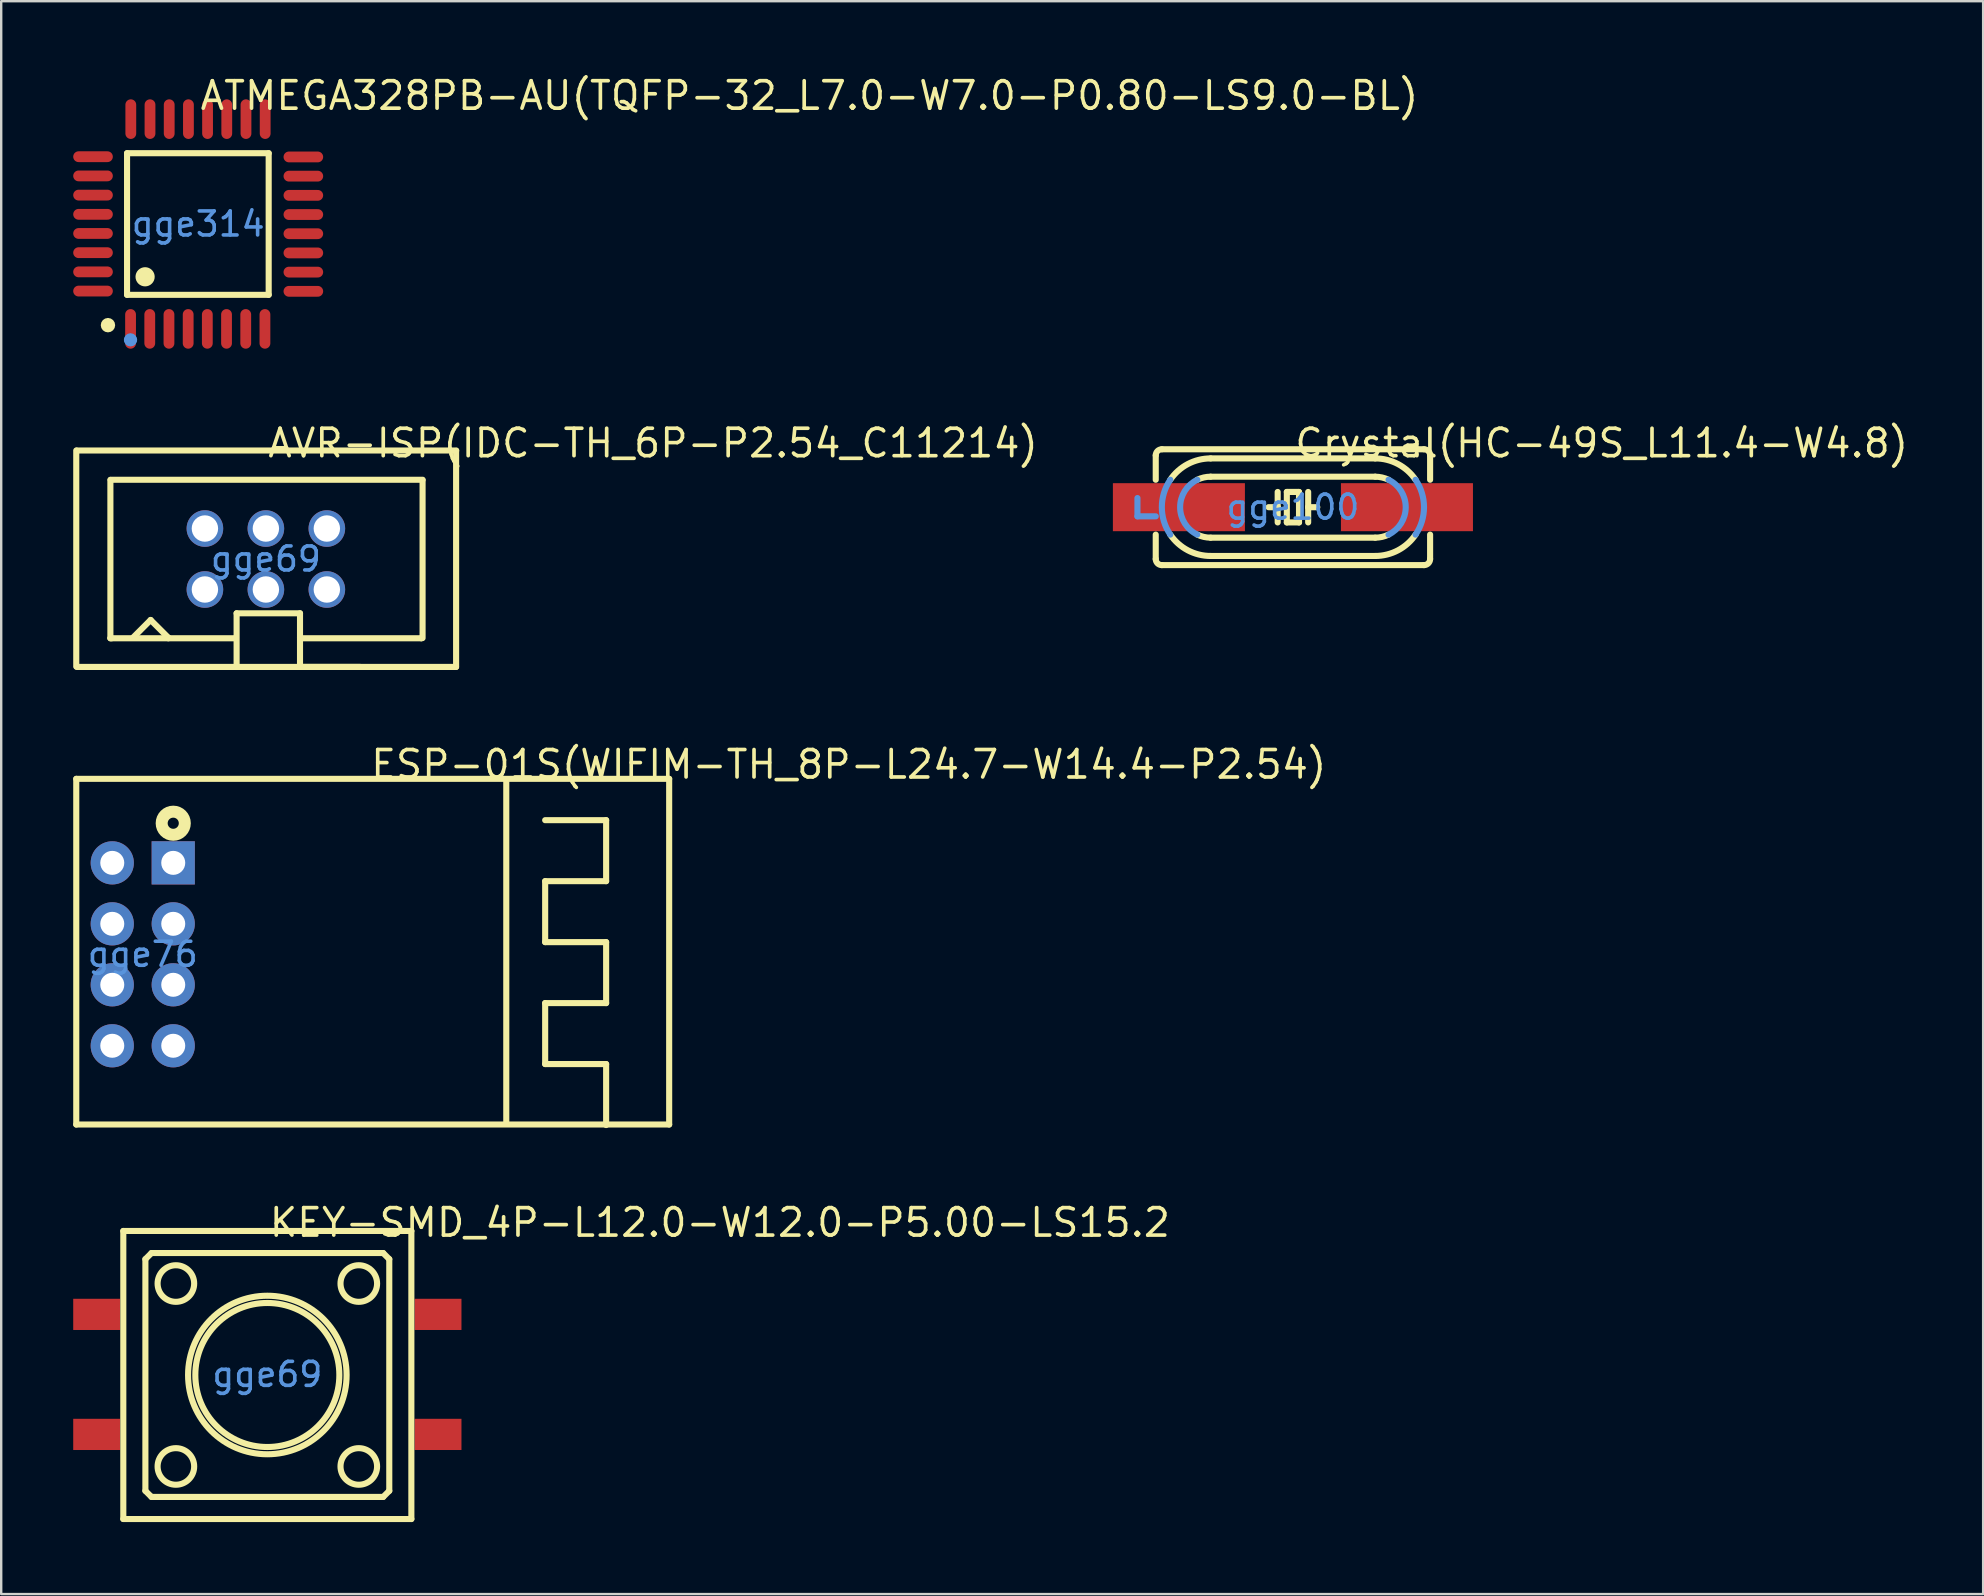
<source format=kicad_pcb>
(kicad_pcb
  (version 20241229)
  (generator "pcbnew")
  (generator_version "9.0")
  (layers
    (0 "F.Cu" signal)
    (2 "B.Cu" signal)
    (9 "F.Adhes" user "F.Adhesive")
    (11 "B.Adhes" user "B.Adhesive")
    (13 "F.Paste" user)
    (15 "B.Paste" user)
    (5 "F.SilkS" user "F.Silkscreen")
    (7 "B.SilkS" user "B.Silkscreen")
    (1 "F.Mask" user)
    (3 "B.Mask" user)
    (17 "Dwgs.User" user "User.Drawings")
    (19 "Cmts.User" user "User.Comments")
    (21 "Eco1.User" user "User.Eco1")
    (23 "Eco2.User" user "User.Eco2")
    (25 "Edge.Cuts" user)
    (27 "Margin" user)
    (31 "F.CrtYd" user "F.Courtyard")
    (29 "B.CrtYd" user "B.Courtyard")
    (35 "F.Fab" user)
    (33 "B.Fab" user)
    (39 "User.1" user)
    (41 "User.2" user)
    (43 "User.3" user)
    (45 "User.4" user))
  (footprint "KEY-SMD_4P-L12.0-W12.0-P5.00-LS15.2"
    (layer "F.Cu")
    (at 8.087 54.206)
    (property "Reference" "KEY-SMD_4P-L12.0-W12.0-P5.00-LS15.2" (at 0 -6.325 0) (layer "F.SilkS") (effects (font (size 1.143 1.143) (thickness 0.152)) (justify left)))
    (attr smd)
    (fp_line (start -6 -5.975) (end 6 -5.975) (stroke (width 0.254) (type solid)) (layer "F.SilkS"))
    (fp_line (start -6 6.024) (end -6 -5.976) (stroke (width 0.254) (type solid)) (layer "F.SilkS"))
    (fp_line (start -5.08 -4.801) (end -4.826 -5.055) (stroke (width 0.254) (type solid)) (layer "F.SilkS"))
    (fp_line (start -5.08 4.851) (end -5.08 -4.801) (stroke (width 0.254) (type solid)) (layer "F.SilkS"))
    (fp_line (start -4.826 -5.055) (end 4.826 -5.055) (stroke (width 0.254) (type solid)) (layer "F.SilkS"))
    (fp_line (start -4.826 5.105) (end -5.08 4.851) (stroke (width 0.254) (type solid)) (layer "F.SilkS"))
    (fp_line (start 4.826 -5.055) (end 5.08 -4.801) (stroke (width 0.254) (type solid)) (layer "F.SilkS"))
    (fp_line (start 4.826 5.105) (end -4.826 5.105) (stroke (width 0.254) (type solid)) (layer "F.SilkS"))
    (fp_line (start 5.08 -4.801) (end 5.08 4.851) (stroke (width 0.254) (type solid)) (layer "F.SilkS"))
    (fp_line (start 5.08 4.851) (end 4.826 5.105) (stroke (width 0.254) (type solid)) (layer "F.SilkS"))
    (fp_line (start 6 -5.975) (end 6 6.025) (stroke (width 0.254) (type solid)) (layer "F.SilkS"))
    (fp_line (start 6 6.025) (end -6 6.025) (stroke (width 0.254) (type solid)) (layer "F.SilkS"))
    (fp_circle (center -3.81 -3.785) (end -3.048 -3.785) (stroke (width 0.254) (type solid)) (fill no) (layer "F.SilkS"))
    (fp_circle (center -3.81 3.835) (end -3.048 3.835) (stroke (width 0.254) (type solid)) (fill no) (layer "F.SilkS"))
    (fp_circle (center 0 0.025) (end 3 0.025) (stroke (width 0.254) (type solid)) (fill no) (layer "F.SilkS"))
    (fp_circle (center 0 0.025) (end 3.302 0.025) (stroke (width 0.254) (type solid)) (fill no) (layer "F.SilkS"))
    (fp_circle (center 3.81 -3.785) (end 4.572 -3.785) (stroke (width 0.254) (type solid)) (fill no) (layer "F.SilkS"))
    (fp_circle (center 3.81 3.835) (end 4.572 3.835) (stroke (width 0.254) (type solid)) (fill no) (layer "F.SilkS"))
    (fp_text user "gge69" (at 0 0 0) (layer "Cmts.User") (effects (font (size 1 1) (thickness 0.15))))
    (pad "1" smd rect (at -7.112 -2.5) (size 1.95 1.3) (layers "F.Cu" "F.Mask" "F.Paste"))
    (pad "2" smd rect (at 7.112 -2.5) (size 1.95 1.3) (layers "F.Cu" "F.Mask" "F.Paste"))
    (pad "3" smd rect (at -7.112 2.5) (size 1.95 1.3) (layers "F.Cu" "F.Mask" "F.Paste"))
    (pad "4" smd rect (at 7.112 2.5) (size 1.95 1.3) (layers "F.Cu" "F.Mask" "F.Paste")))
  (footprint "Crystal(HC-49S_L11.4-W4.8)"
    (layer "F.Cu")
    (at 50.812 18.079)
    (property "Reference" "Crystal(HC-49S_L11.4-W4.8)" (at 0 -2.667 0) (layer "F.SilkS") (effects (font (size 1.143 1.143) (thickness 0.152)) (justify left)))
    (attr smd)
    (fp_line (start -5.715 -2.159) (end -5.715 -1.143) (stroke (width 0.254) (type solid)) (layer "F.SilkS"))
    (fp_line (start -5.715 1.143) (end -5.715 2.159) (stroke (width 0.254) (type solid)) (layer "F.SilkS"))
    (fp_line (start -5.461 -2.413) (end 5.461 -2.413) (stroke (width 0.254) (type solid)) (layer "F.SilkS"))
    (fp_line (start -5.461 2.413) (end 5.461 2.413) (stroke (width 0.254) (type solid)) (layer "F.SilkS"))
    (fp_line (start -3.429 -2.032) (end 3.429 -2.032) (stroke (width 0.254) (type solid)) (layer "F.SilkS"))
    (fp_line (start -3.429 -1.27) (end 3.429 -1.27) (stroke (width 0.254) (type solid)) (layer "F.SilkS"))
    (fp_line (start -0.635 0) (end -1.016 0) (stroke (width 0.254) (type solid)) (layer "F.SilkS"))
    (fp_line (start -0.635 0) (end -0.635 -0.635) (stroke (width 0.254) (type solid)) (layer "F.SilkS"))
    (fp_line (start -0.635 0.635) (end -0.635 0) (stroke (width 0.254) (type solid)) (layer "F.SilkS"))
    (fp_line (start -0.254 -0.635) (end -0.254 0.635) (stroke (width 0.254) (type solid)) (layer "F.SilkS"))
    (fp_line (start -0.254 0.635) (end 0.254 0.635) (stroke (width 0.254) (type solid)) (layer "F.SilkS"))
    (fp_line (start 0.254 -0.635) (end -0.254 -0.635) (stroke (width 0.254) (type solid)) (layer "F.SilkS"))
    (fp_line (start 0.254 0.635) (end 0.254 -0.635) (stroke (width 0.254) (type solid)) (layer "F.SilkS"))
    (fp_line (start 0.635 0) (end 0.635 -0.635) (stroke (width 0.254) (type solid)) (layer "F.SilkS"))
    (fp_line (start 0.635 0) (end 1.016 0) (stroke (width 0.254) (type solid)) (layer "F.SilkS"))
    (fp_line (start 0.635 0.635) (end 0.635 0) (stroke (width 0.254) (type solid)) (layer "F.SilkS"))
    (fp_line (start 3.429 1.27) (end -3.429 1.27) (stroke (width 0.254) (type solid)) (layer "F.SilkS"))
    (fp_line (start 3.429 2.032) (end -3.429 2.032) (stroke (width 0.254) (type solid)) (layer "F.SilkS"))
    (fp_line (start 5.715 -2.159) (end 5.715 -1.143) (stroke (width 0.254) (type solid)) (layer "F.SilkS"))
    (fp_line (start 5.715 1.143) (end 5.715 2.159) (stroke (width 0.254) (type solid)) (layer "F.SilkS"))
    (fp_arc (start -5.715 -2.159) (mid -5.640605 -2.338605) (end -5.461 -2.413) (stroke (width 0.254) (type solid)) (layer "F.SilkS"))
    (fp_arc (start -5.461 2.413) (mid -5.640605 2.338605) (end -5.715 2.159) (stroke (width 0.254) (type solid)) (layer "F.SilkS"))
    (fp_arc (start -5.109 -1.143) (mid -4.379337 -1.796026) (end -3.428975 -2.031957) (stroke (width 0.254) (type solid)) (layer "F.SilkS"))
    (fp_arc (start -3.983 -1.143) (mid -3.713378 -1.237939) (end -3.429354 -1.270183) (stroke (width 0.254) (type solid)) (layer "F.SilkS"))
    (fp_arc (start -3.429 1.27) (mid -3.712992 1.23784) (end -3.982601 1.14299) (stroke (width 0.254) (type solid)) (layer "F.SilkS"))
    (fp_arc (start -3.429 2.032) (mid -4.379394 1.796044) (end -5.109069 1.142975) (stroke (width 0.254) (type solid)) (layer "F.SilkS"))
    (fp_arc (start 3.429 -2.032) (mid 4.379394 -1.796044) (end 5.109069 -1.142975) (stroke (width 0.254) (type solid)) (layer "F.SilkS"))
    (fp_arc (start 3.429 -1.27) (mid 3.712992 -1.23784) (end 3.982601 -1.14299) (stroke (width 0.254) (type solid)) (layer "F.SilkS"))
    (fp_arc (start 3.983 1.143) (mid 3.713378 1.237939) (end 3.429354 1.270183) (stroke (width 0.254) (type solid)) (layer "F.SilkS"))
    (fp_arc (start 5.109 1.143) (mid 4.37929 1.796051) (end 3.428869 2.031957) (stroke (width 0.254) (type solid)) (layer "F.SilkS"))
    (fp_arc (start 5.461 -2.413) (mid 5.640605 -2.338605) (end 5.715 -2.159) (stroke (width 0.254) (type solid)) (layer "F.SilkS"))
    (fp_arc (start 5.715 2.159) (mid 5.640605 2.338605) (end 5.461 2.413) (stroke (width 0.254) (type solid)) (layer "F.SilkS"))
    (fp_line (start -6.477 -0.381) (end -6.477 0.381) (stroke (width 0.254) (type solid)) (layer "Cmts.User"))
    (fp_line (start -5.715 0.381) (end -6.477 0.381) (stroke (width 0.254) (type solid)) (layer "Cmts.User"))
    (fp_arc (start -5.109 1.143) (mid -5.460957 0.000025) (end -5.109028 -1.142959) (stroke (width 0.254) (type solid)) (layer "Cmts.User"))
    (fp_arc (start -3.983 1.143) (mid -4.699183 -0.000376) (end -3.982323 -1.143328) (stroke (width 0.254) (type solid)) (layer "Cmts.User"))
    (fp_arc (start 3.983 -1.143) (mid 4.699183 0.000376) (end 3.982323 1.143328) (stroke (width 0.254) (type solid)) (layer "Cmts.User"))
    (fp_arc (start 5.109 -1.143) (mid 5.460957 -0.000025) (end 5.109028 1.142959) (stroke (width 0.254) (type solid)) (layer "Cmts.User"))
    (fp_text user "gge100" (at 0 0 0) (layer "Cmts.User") (effects (font (size 1 1) (thickness 0.15))))
    (pad "1" smd rect (at -4.75 0 180) (size 5.5 2) (layers "F.Cu" "F.Mask" "F.Paste"))
    (pad "2" smd rect (at 4.75 0 180) (size 5.5 2) (layers "F.Cu" "F.Mask" "F.Paste")))
  (footprint "ATMEGA328PB-AU(TQFP-32_L7.0-W7.0-P0.80-LS9.0-BL)"
    (layer "F.Cu")
    (at 5.206 6.282)
    (property "Reference" "ATMEGA328PB-AU(TQFP-32_L7.0-W7.0-P0.80-LS9.0-BL)" (at 0 -5.347 0) (layer "F.SilkS") (effects (font (size 1.143 1.143) (thickness 0.152)) (justify left)))
    (attr smd)
    (fp_line (start -2.963 -2.95) (end -2.963 2.95) (stroke (width 0.254) (type solid)) (layer "F.SilkS"))
    (fp_line (start -2.963 2.95) (end 2.937 2.95) (stroke (width 0.254) (type solid)) (layer "F.SilkS"))
    (fp_line (start 2.937 -2.95) (end -2.963 -2.95) (stroke (width 0.254) (type solid)) (layer "F.SilkS"))
    (fp_line (start 2.937 2.95) (end 2.937 -2.95) (stroke (width 0.254) (type solid)) (layer "F.SilkS"))
    (fp_arc (start -3.757 4.064) (mid -3.75773 4.364003) (end -3.759539 4.064005) (stroke (width 0.3) (type solid)) (layer "F.SilkS"))
    (fp_arc (start -2.21 1.999) (mid -2.210729 2.399002) (end -2.212541 1.999003) (stroke (width 0.4) (type solid)) (layer "F.SilkS"))
    (fp_arc (start -2.967 4.826) (mid -2.819 4.678) (end -2.671 4.826) (stroke (width 0.254) (type solid)) (layer "Cmts.User"))
    (fp_arc (start -2.671 4.826) (mid -2.819 4.974) (end -2.967 4.826) (stroke (width 0.254) (type solid)) (layer "Cmts.User"))
    (fp_circle (center -2.819 4.826) (end -2.692 4.826) (stroke (width 0.254) (type solid)) (fill no) (layer "Cmts.User"))
    (fp_text user "gge314" (at 0 0 0) (layer "Cmts.User") (effects (font (size 1 1) (thickness 0.15))))
    (pad "1" smd oval (at -2.817 4.369) (size 0.45 1.65) (layers "F.Cu" "F.Mask" "F.Paste"))
    (pad "2" smd oval (at -2.017 4.369) (size 0.45 1.65) (layers "F.Cu" "F.Mask" "F.Paste"))
    (pad "3" smd oval (at -1.217 4.369) (size 0.45 1.65) (layers "F.Cu" "F.Mask" "F.Paste"))
    (pad "4" smd oval (at -0.417 4.369) (size 0.45 1.65) (layers "F.Cu" "F.Mask" "F.Paste"))
    (pad "5" smd oval (at 0.381 4.369) (size 0.45 1.65) (layers "F.Cu" "F.Mask" "F.Paste"))
    (pad "6" smd oval (at 1.181 4.369) (size 0.45 1.65) (layers "F.Cu" "F.Mask" "F.Paste"))
    (pad "7" smd oval (at 1.981 4.369) (size 0.45 1.65) (layers "F.Cu" "F.Mask" "F.Paste"))
    (pad "8" smd oval (at 2.781 4.369) (size 0.45 1.65) (layers "F.Cu" "F.Mask" "F.Paste"))
    (pad "9" smd oval (at 4.381 2.804) (size 1.65 0.45) (layers "F.Cu" "F.Mask" "F.Paste"))
    (pad "10" smd oval (at 4.381 2.004) (size 1.65 0.45) (layers "F.Cu" "F.Mask" "F.Paste"))
    (pad "11" smd oval (at 4.381 1.204) (size 1.65 0.45) (layers "F.Cu" "F.Mask" "F.Paste"))
    (pad "12" smd oval (at 4.381 0.404) (size 1.65 0.45) (layers "F.Cu" "F.Mask" "F.Paste"))
    (pad "13" smd oval (at 4.381 -0.394) (size 1.65 0.45) (layers "F.Cu" "F.Mask" "F.Paste"))
    (pad "14" smd oval (at 4.381 -1.194) (size 1.65 0.45) (layers "F.Cu" "F.Mask" "F.Paste"))
    (pad "15" smd oval (at 4.381 -1.994) (size 1.65 0.45) (layers "F.Cu" "F.Mask" "F.Paste"))
    (pad "16" smd oval (at 4.381 -2.794) (size 1.65 0.45) (layers "F.Cu" "F.Mask" "F.Paste"))
    (pad "17" smd oval (at 2.791 -4.369) (size 0.45 1.65) (layers "F.Cu" "F.Mask" "F.Paste"))
    (pad "18" smd oval (at 1.991 -4.369) (size 0.45 1.65) (layers "F.Cu" "F.Mask" "F.Paste"))
    (pad "19" smd oval (at 1.191 -4.369) (size 0.45 1.65) (layers "F.Cu" "F.Mask" "F.Paste"))
    (pad "20" smd oval (at 0.391 -4.369) (size 0.45 1.65) (layers "F.Cu" "F.Mask" "F.Paste"))
    (pad "21" smd oval (at -0.406 -4.369) (size 0.45 1.65) (layers "F.Cu" "F.Mask" "F.Paste"))
    (pad "22" smd oval (at -1.207 -4.369) (size 0.45 1.65) (layers "F.Cu" "F.Mask" "F.Paste"))
    (pad "23" smd oval (at -2.007 -4.369) (size 0.45 1.65) (layers "F.Cu" "F.Mask" "F.Paste"))
    (pad "24" smd oval (at -2.807 -4.369) (size 0.45 1.65) (layers "F.Cu" "F.Mask" "F.Paste"))
    (pad "25" smd oval (at -4.381 -2.804) (size 1.65 0.45) (layers "F.Cu" "F.Mask" "F.Paste"))
    (pad "26" smd oval (at -4.381 -2.004) (size 1.65 0.45) (layers "F.Cu" "F.Mask" "F.Paste"))
    (pad "27" smd oval (at -4.381 -1.204) (size 1.65 0.45) (layers "F.Cu" "F.Mask" "F.Paste"))
    (pad "28" smd oval (at -4.381 -0.404) (size 1.65 0.45) (layers "F.Cu" "F.Mask" "F.Paste"))
    (pad "29" smd oval (at -4.381 0.394) (size 1.65 0.45) (layers "F.Cu" "F.Mask" "F.Paste"))
    (pad "30" smd oval (at -4.381 1.194) (size 1.65 0.45) (layers "F.Cu" "F.Mask" "F.Paste"))
    (pad "31" smd oval (at -4.381 1.994) (size 1.65 0.45) (layers "F.Cu" "F.Mask" "F.Paste"))
    (pad "32" smd oval (at -4.381 2.794) (size 1.65 0.45) (layers "F.Cu" "F.Mask" "F.Paste")))
  (footprint "ESP-01S(WIFIM-TH_8P-L24.7-W14.4-P2.54)"
    (layer "F.Cu")
    (at 2.897 36.706)
    (property "Reference" "ESP-01S(WIFIM-TH_8P-L24.7-W14.4-P2.54)" (at 9.417 -7.91 0) (layer "F.SilkS") (effects (font (size 1.143 1.143) (thickness 0.152)) (justify left)))
    (attr through_hole)
    (fp_line (start -2.77 -7.31) (end 21.93 -7.31) (stroke (width 0.254) (type solid)) (layer "F.SilkS"))
    (fp_line (start -2.77 7.09) (end -2.77 -7.31) (stroke (width 0.254) (type solid)) (layer "F.SilkS"))
    (fp_line (start 15.144 -7.239) (end 15.144 6.985) (stroke (width 0.254) (type solid)) (layer "F.SilkS"))
    (fp_line (start 16.764 -5.588) (end 19.304 -5.588) (stroke (width 0.254) (type solid)) (layer "F.SilkS"))
    (fp_line (start 16.764 -3.048) (end 16.764 -0.508) (stroke (width 0.254) (type solid)) (layer "F.SilkS"))
    (fp_line (start 16.764 -0.508) (end 19.304 -0.508) (stroke (width 0.254) (type solid)) (layer "F.SilkS"))
    (fp_line (start 16.764 2.032) (end 16.764 4.572) (stroke (width 0.254) (type solid)) (layer "F.SilkS"))
    (fp_line (start 16.764 4.572) (end 19.304 4.572) (stroke (width 0.254) (type solid)) (layer "F.SilkS"))
    (fp_line (start 19.304 -5.588) (end 19.304 -3.048) (stroke (width 0.254) (type solid)) (layer "F.SilkS"))
    (fp_line (start 19.304 -3.048) (end 16.764 -3.048) (stroke (width 0.254) (type solid)) (layer "F.SilkS"))
    (fp_line (start 19.304 -0.508) (end 19.304 2.032) (stroke (width 0.254) (type solid)) (layer "F.SilkS"))
    (fp_line (start 19.304 2.032) (end 16.764 2.032) (stroke (width 0.254) (type solid)) (layer "F.SilkS"))
    (fp_line (start 19.304 4.572) (end 19.304 7.112) (stroke (width 0.254) (type solid)) (layer "F.SilkS"))
    (fp_line (start 21.93 -7.31) (end 21.93 7.09) (stroke (width 0.254) (type solid)) (layer "F.SilkS"))
    (fp_line (start 21.93 7.09) (end -2.77 7.09) (stroke (width 0.254) (type solid)) (layer "F.SilkS"))
    (fp_circle (center 1.27 -5.461) (end 1.502 -5.461) (stroke (width 0.5) (type solid)) (fill no) (layer "F.SilkS"))
    (fp_text user "gge76" (at 0 0 0) (layer "Cmts.User") (effects (font (size 1 1) (thickness 0.15))))
    (pad "1" thru_hole rect (at 1.27 -3.81 90) (size 1.8 1.8) (drill 1) (layers "*.Cu" "*.Paste" "*.Mask"))
    (pad "2" thru_hole circle (at 1.27 -1.27 90) (size 1.8 1.8) (drill 1) (layers "*.Cu" "*.Paste" "*.Mask"))
    (pad "3" thru_hole circle (at 1.27 1.27 90) (size 1.8 1.8) (drill 1) (layers "*.Cu" "*.Paste" "*.Mask"))
    (pad "4" thru_hole circle (at 1.27 3.81 90) (size 1.8 1.8) (drill 1) (layers "*.Cu" "*.Paste" "*.Mask"))
    (pad "5" thru_hole circle (at -1.27 -3.81 90) (size 1.8 1.8) (drill 1) (layers "*.Cu" "*.Paste" "*.Mask"))
    (pad "6" thru_hole circle (at -1.27 -1.27 90) (size 1.8 1.8) (drill 1) (layers "*.Cu" "*.Paste" "*.Mask"))
    (pad "7" thru_hole circle (at -1.27 1.27 90) (size 1.8 1.8) (drill 1) (layers "*.Cu" "*.Paste" "*.Mask"))
    (pad "8" thru_hole circle (at -1.27 3.81 90) (size 1.8 1.8) (drill 1) (layers "*.Cu" "*.Paste" "*.Mask")))
  (footprint "AVR-ISP(IDC-TH_6P-P2.54_C11214)"
    (layer "F.Cu")
    (at 8.026 20.238)
    (property "Reference" "AVR-ISP(IDC-TH_6P-P2.54_C11214)" (at 0 -4.826 0) (layer "F.SilkS") (effects (font (size 1.143 1.143) (thickness 0.152)) (justify left)))
    (attr through_hole)
    (fp_line (start -7.899 4.479) (end -7.899 -4.521) (stroke (width 0.254) (type solid)) (layer "F.SilkS"))
    (fp_line (start -7.874 4.496) (end 7.922 4.496) (stroke (width 0.254) (type solid)) (layer "F.SilkS"))
    (fp_line (start -7.871 -4.521) (end 7.93 -4.521) (stroke (width 0.254) (type solid)) (layer "F.SilkS"))
    (fp_line (start -6.477 3.277) (end -6.477 -3.293) (stroke (width 0.254) (type solid)) (layer "F.SilkS"))
    (fp_line (start -6.477 3.302) (end -1.27 3.302) (stroke (width 0.254) (type solid)) (layer "F.SilkS"))
    (fp_line (start -6.468 -3.302) (end 6.53 -3.302) (stroke (width 0.254) (type solid)) (layer "F.SilkS"))
    (fp_line (start -6.426 3.302) (end -6.477 3.302) (stroke (width 0.254) (type solid)) (layer "F.SilkS"))
    (fp_line (start -5.537 3.277) (end -4.801 2.54) (stroke (width 0.254) (type solid)) (layer "F.SilkS"))
    (fp_line (start -4.801 2.54) (end -4.064 3.277) (stroke (width 0.254) (type solid)) (layer "F.SilkS"))
    (fp_line (start -4.064 3.277) (end -4.064 3.302) (stroke (width 0.254) (type solid)) (layer "F.SilkS"))
    (fp_line (start -1.27 3.302) (end -1.245 3.277) (stroke (width 0.254) (type solid)) (layer "F.SilkS"))
    (fp_line (start -1.219 2.261) (end -1.219 4.42) (stroke (width 0.254) (type solid)) (layer "F.SilkS"))
    (fp_line (start -1.219 2.261) (end 1.422 2.261) (stroke (width 0.254) (type solid)) (layer "F.SilkS"))
    (fp_line (start 1.422 2.261) (end 1.422 4.496) (stroke (width 0.254) (type solid)) (layer "F.SilkS"))
    (fp_line (start 1.422 3.277) (end 1.473 3.302) (stroke (width 0.254) (type solid)) (layer "F.SilkS"))
    (fp_line (start 1.422 4.496) (end 3.937 4.496) (stroke (width 0.254) (type solid)) (layer "F.SilkS"))
    (fp_line (start 1.473 3.302) (end 6.477 3.302) (stroke (width 0.254) (type solid)) (layer "F.SilkS"))
    (fp_line (start 6.477 3.302) (end 6.502 3.277) (stroke (width 0.254) (type solid)) (layer "F.SilkS"))
    (fp_line (start 6.528 -3.277) (end 6.528 3.293) (stroke (width 0.254) (type solid)) (layer "F.SilkS"))
    (fp_line (start 7.925 -4.504) (end 7.925 4.496) (stroke (width 0.254) (type solid)) (layer "F.SilkS"))
    (fp_text user "gge69" (at 0 0 0) (layer "Cmts.User") (effects (font (size 1 1) (thickness 0.15))))
    (pad "1" thru_hole circle (at -2.54 1.27) (size 1.524 1.524) (drill 1.1) (layers "*.Cu" "*.Paste" "*.Mask"))
    (pad "2" thru_hole circle (at -2.54 -1.27) (size 1.524 1.524) (drill 1.1) (layers "*.Cu" "*.Paste" "*.Mask"))
    (pad "3" thru_hole circle (at 0 1.27) (size 1.524 1.524) (drill 1.1) (layers "*.Cu" "*.Paste" "*.Mask"))
    (pad "4" thru_hole circle (at 0 -1.27) (size 1.524 1.524) (drill 1.1) (layers "*.Cu" "*.Paste" "*.Mask"))
    (pad "5" thru_hole circle (at 2.54 1.27) (size 1.524 1.524) (drill 1.1) (layers "*.Cu" "*.Paste" "*.Mask"))
    (pad "6" thru_hole circle (at 2.54 -1.27) (size 1.524 1.524) (drill 1.1) (layers "*.Cu" "*.Paste" "*.Mask")))
  (gr_rect
    (start -3 -3)
    (end 79.566 63.358)
    (stroke (width 0.1) (type default))
    (fill no)
    (layer "Edge.Cuts")))
</source>
